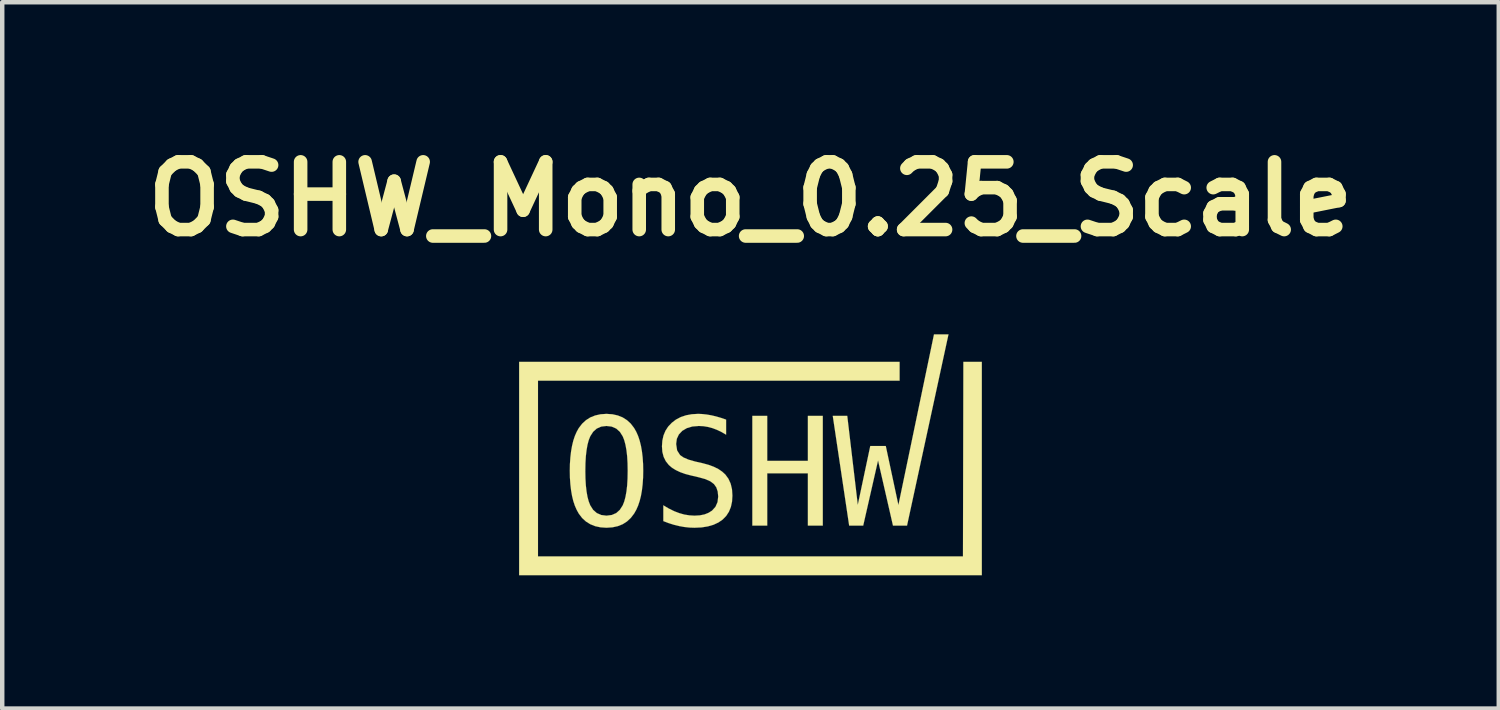
<source format=kicad_pcb>
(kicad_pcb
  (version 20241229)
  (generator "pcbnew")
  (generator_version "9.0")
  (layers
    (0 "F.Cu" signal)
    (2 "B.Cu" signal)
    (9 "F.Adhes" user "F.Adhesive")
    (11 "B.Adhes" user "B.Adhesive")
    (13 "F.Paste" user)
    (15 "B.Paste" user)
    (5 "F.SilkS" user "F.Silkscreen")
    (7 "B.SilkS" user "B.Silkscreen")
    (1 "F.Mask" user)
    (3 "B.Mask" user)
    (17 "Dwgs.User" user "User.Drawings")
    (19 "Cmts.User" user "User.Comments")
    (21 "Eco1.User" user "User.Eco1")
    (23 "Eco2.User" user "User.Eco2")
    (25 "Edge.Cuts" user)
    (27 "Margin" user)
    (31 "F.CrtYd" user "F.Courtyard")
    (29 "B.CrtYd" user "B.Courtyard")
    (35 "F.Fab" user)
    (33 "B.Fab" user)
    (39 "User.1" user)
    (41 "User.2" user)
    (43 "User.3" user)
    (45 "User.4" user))
  (footprint "OSHW_Mono_0.25_Scale"
    (layer "F.Cu")
    (at 13.839 7.185)
    (property "Reference" "OSHW_Mono_0.25_Scale" (at 0 -5.758 0) (layer "F.SilkS") (effects (font (size 1.524 1.524) (thickness 0.305))))
    (attr through_hole)
    (fp_poly (pts (xy 0.042 -0.876) (xy 0.377 -0.876) (xy 0.377 0.136) (xy 1.292 0.136) (xy 1.292 -0.876) (xy 1.627 -0.876) (xy 1.627 1.593) (xy 1.292 1.593) (xy 1.292 0.417) (xy 0.377 0.417) (xy 0.377 1.593) (xy 0.042 1.593) (xy 0.042 -0.876)) (stroke (width 0.003) (type solid)) (fill yes) (layer "F.SilkS"))
    (fp_poly (pts (xy 1.852 -0.876) (xy 2.178 -0.876) (xy 2.415 1.128) (xy 2.696 -0.198) (xy 3.045 -0.198) (xy 3.329 1.132) (xy 4.13 -2.71) (xy 4.456 -2.71) (xy 3.523 1.593) (xy 3.207 1.593) (xy 2.871 0.126) (xy 2.537 1.593) (xy 2.221 1.593) (xy 1.852 -0.876)) (stroke (width 0.003) (type solid)) (fill yes) (layer "F.SilkS"))
    (fp_poly (pts (xy -5.206 -2.092) (xy -5.206 -1.88) (xy -5.206 2.499) (xy -5.206 2.71) (xy -4.994 2.71) (xy 4.994 2.71) (xy 5.206 2.71) (xy 5.206 2.499) (xy 5.206 -2.092) (xy 4.791 -2.092) (xy 4.782 2.287) (xy -4.782 2.287) (xy -4.782 -1.668) (xy 3.356 -1.668) (xy 3.356 -2.092) (xy -4.994 -2.092) (xy -5.206 -2.092)) (stroke (width 0.003) (type solid)) (fill yes) (layer "F.SilkS"))
    (fp_poly (pts (xy -0.549 -0.792) (xy -0.549 -0.453) (xy -0.65 -0.512) (xy -0.752 -0.561) (xy -0.855 -0.6) (xy -0.956 -0.627) (xy -1.059 -0.644) (xy -1.162 -0.649) (xy -1.309 -0.637) (xy -1.433 -0.6) (xy -1.536 -0.539) (xy -1.612 -0.457) (xy -1.658 -0.359) (xy -1.673 -0.243) (xy -1.651 -0.098) (xy -1.584 0.007) (xy -1.506 0.061) (xy -1.394 0.109) (xy -1.247 0.151) (xy -1.071 0.191) (xy -0.94 0.227) (xy -0.824 0.27) (xy -0.722 0.321) (xy -0.636 0.38) (xy -0.565 0.445) (xy -0.496 0.54) (xy -0.446 0.65) (xy -0.416 0.776) (xy -0.407 0.918) (xy -0.415 1.052) (xy -0.441 1.173) (xy -0.485 1.281) (xy -0.546 1.375) (xy -0.625 1.456) (xy -0.72 1.522) (xy -0.831 1.574) (xy -0.958 1.611) (xy -1.101 1.634) (xy -1.26 1.641) (xy -1.376 1.637) (xy -1.492 1.624) (xy -1.609 1.603) (xy -1.726 1.574) (xy -1.843 1.537) (xy -1.961 1.492) (xy -1.961 1.137) (xy -1.837 1.21) (xy -1.717 1.269) (xy -1.602 1.313) (xy -1.488 1.345) (xy -1.374 1.363) (xy -1.26 1.37) (xy -1.14 1.363) (xy -1.035 1.342) (xy -0.944 1.306) (xy -0.866 1.257) (xy -0.788 1.171) (xy -0.741 1.065) (xy -0.726 0.94) (xy -0.737 0.826) (xy -0.769 0.732) (xy -0.823 0.657) (xy -0.903 0.597) (xy -1.015 0.547) (xy -1.159 0.507) (xy -1.338 0.465) (xy -1.468 0.431) (xy -1.583 0.39) (xy -1.682 0.343) (xy -1.767 0.29) (xy -1.837 0.23) (xy -1.905 0.145) (xy -1.954 0.046) (xy -1.983 -0.066) (xy -1.992 -0.191) (xy -1.983 -0.318) (xy -1.957 -0.435) (xy -1.913 -0.541) (xy -1.851 -0.636) (xy -1.771 -0.72) (xy -1.676 -0.793) (xy -1.569 -0.849) (xy -1.45 -0.889) (xy -1.32 -0.913) (xy -1.179 -0.921) (xy -1.082 -0.917) (xy -0.983 -0.906) (xy -0.879 -0.888) (xy -0.773 -0.863) (xy -0.663 -0.831) (xy -0.549 -0.792)) (stroke (width 0.003) (type solid)) (fill yes) (layer "F.SilkS"))
    (fp_poly (pts (xy -2.763 0.361) (xy -2.414 0.361) (xy -2.417 0.517) (xy -2.427 0.663) (xy -2.443 0.799) (xy -2.465 0.924) (xy -2.494 1.039) (xy -2.529 1.144) (xy -2.571 1.239) (xy -2.619 1.323) (xy -2.693 1.42) (xy -2.779 1.5) (xy -2.876 1.562) (xy -2.986 1.606) (xy -3.107 1.632) (xy -3.241 1.641) (xy -3.374 1.632) (xy -3.496 1.606) (xy -3.605 1.562) (xy -3.703 1.501) (xy -3.789 1.422) (xy -3.863 1.325) (xy -3.91 1.241) (xy -3.952 1.146) (xy -3.987 1.041) (xy -4.015 0.926) (xy -4.037 0.8) (xy -4.053 0.664) (xy -4.063 0.518) (xy -4.066 0.361) (xy -4.063 0.204) (xy -4.053 0.058) (xy -4.037 -0.078) (xy -4.015 -0.203) (xy -3.987 -0.319) (xy -3.952 -0.424) (xy -3.91 -0.519) (xy -3.863 -0.603) (xy -3.788 -0.7) (xy -3.702 -0.779) (xy -3.605 -0.841) (xy -3.495 -0.885) (xy -3.374 -0.912) (xy -3.241 -0.921) (xy -3.107 -0.912) (xy -2.986 -0.885) (xy -2.876 -0.841) (xy -2.779 -0.779) (xy -2.693 -0.7) (xy -2.619 -0.603) (xy -2.571 -0.519) (xy -2.529 -0.424) (xy -2.494 -0.319) (xy -2.465 -0.203) (xy -2.443 -0.078) (xy -2.427 0.058) (xy -2.417 0.204) (xy -2.414 0.361) (xy -2.763 0.361) (xy -2.766 0.188) (xy -2.775 0.033) (xy -2.791 -0.105) (xy -2.813 -0.226) (xy -2.841 -0.33) (xy -2.875 -0.416) (xy -2.94 -0.518) (xy -3.022 -0.591) (xy -3.123 -0.635) (xy -3.241 -0.649) (xy -3.359 -0.635) (xy -3.459 -0.591) (xy -3.541 -0.518) (xy -3.606 -0.416) (xy -3.64 -0.33) (xy -3.668 -0.226) (xy -3.689 -0.105) (xy -3.705 0.033) (xy -3.714 0.188) (xy -3.717 0.361) (xy -3.714 0.533) (xy -3.705 0.688) (xy -3.689 0.826) (xy -3.668 0.947) (xy -3.64 1.05) (xy -3.606 1.137) (xy -3.541 1.239) (xy -3.459 1.311) (xy -3.359 1.355) (xy -3.241 1.37) (xy -3.123 1.355) (xy -3.022 1.312) (xy -2.94 1.239) (xy -2.875 1.138) (xy -2.841 1.052) (xy -2.813 0.948) (xy -2.791 0.827) (xy -2.775 0.689) (xy -2.766 0.534) (xy -2.763 0.361)) (stroke (width 0.003) (type solid)) (fill yes) (layer "F.SilkS")))
  (gr_rect
    (start -3 -3)
    (end 30.679 12.896)
    (stroke (width 0.1) (type default))
    (fill no)
    (layer "Edge.Cuts")))
</source>
